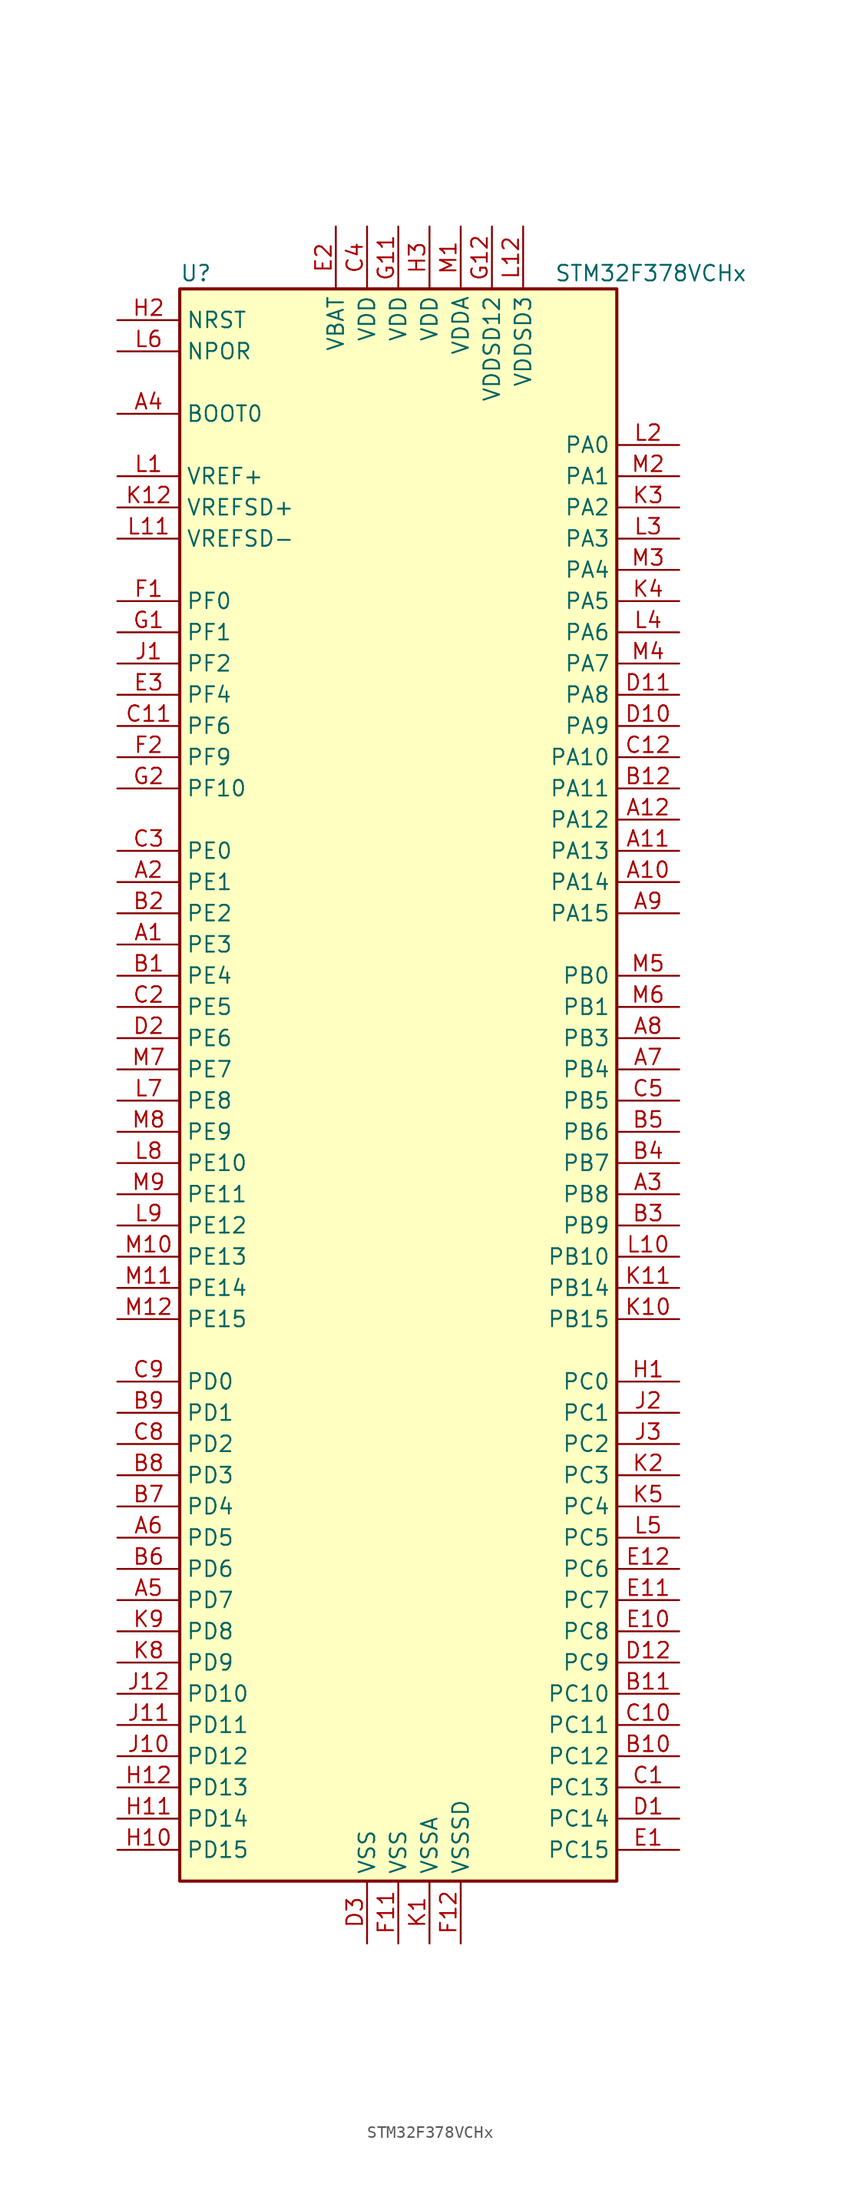
<source format=kicad_sym>
(kicad_symbol_lib
  (version 20211014)
  (generator kicad_symbol_editor)
  (symbol "STM32F378VCHx"
    (property "Reference" "U"
      (at -17.78 64.77 0)
      (effects (font (size 1.27 1.27)) (justify left)))
    (property "Value" "STM32F378VCHx"
      (at 12.7 64.77 0)
      (effects (font (size 1.27 1.27)) (justify left)))
    (symbol "STM32F378VCHx_0_1"
      (rectangle (start -17.78 -66.04) (end 17.78 63.5) (stroke (width 0.254) (type default) (color 0 0 0 0)) (fill (type background))))
    (symbol "STM32F378VCHx_1_1"
      (pin bidirectional line (at -22.86 10.16 0) (length 5.08) (name "PE3" (effects (font (size 1.27 1.27)))) (number "A1" (effects (font (size 1.27 1.27)))))
      (pin bidirectional line (at 22.86 15.24 180) (length 5.08) (name "PA14" (effects (font (size 1.27 1.27)))) (number "A10" (effects (font (size 1.27 1.27)))))
      (pin bidirectional line (at 22.86 17.78 180) (length 5.08) (name "PA13" (effects (font (size 1.27 1.27)))) (number "A11" (effects (font (size 1.27 1.27)))))
      (pin bidirectional line (at 22.86 20.32 180) (length 5.08) (name "PA12" (effects (font (size 1.27 1.27)))) (number "A12" (effects (font (size 1.27 1.27)))))
      (pin bidirectional line (at -22.86 15.24 0) (length 5.08) (name "PE1" (effects (font (size 1.27 1.27)))) (number "A2" (effects (font (size 1.27 1.27)))))
      (pin bidirectional line (at 22.86 -10.16 180) (length 5.08) (name "PB8" (effects (font (size 1.27 1.27)))) (number "A3" (effects (font (size 1.27 1.27)))))
      (pin input line (at -22.86 53.34 0) (length 5.08) (name "BOOT0" (effects (font (size 1.27 1.27)))) (number "A4" (effects (font (size 1.27 1.27)))))
      (pin bidirectional line (at -22.86 -43.18 0) (length 5.08) (name "PD7" (effects (font (size 1.27 1.27)))) (number "A5" (effects (font (size 1.27 1.27)))))
      (pin bidirectional line (at -22.86 -38.1 0) (length 5.08) (name "PD5" (effects (font (size 1.27 1.27)))) (number "A6" (effects (font (size 1.27 1.27)))))
      (pin bidirectional line (at 22.86 0 180) (length 5.08) (name "PB4" (effects (font (size 1.27 1.27)))) (number "A7" (effects (font (size 1.27 1.27)))))
      (pin bidirectional line (at 22.86 2.54 180) (length 5.08) (name "PB3" (effects (font (size 1.27 1.27)))) (number "A8" (effects (font (size 1.27 1.27)))))
      (pin bidirectional line (at 22.86 12.7 180) (length 5.08) (name "PA15" (effects (font (size 1.27 1.27)))) (number "A9" (effects (font (size 1.27 1.27)))))
      (pin bidirectional line (at -22.86 7.62 0) (length 5.08) (name "PE4" (effects (font (size 1.27 1.27)))) (number "B1" (effects (font (size 1.27 1.27)))))
      (pin bidirectional line (at 22.86 -55.88 180) (length 5.08) (name "PC12" (effects (font (size 1.27 1.27)))) (number "B10" (effects (font (size 1.27 1.27)))))
      (pin bidirectional line (at 22.86 -50.8 180) (length 5.08) (name "PC10" (effects (font (size 1.27 1.27)))) (number "B11" (effects (font (size 1.27 1.27)))))
      (pin bidirectional line (at 22.86 22.86 180) (length 5.08) (name "PA11" (effects (font (size 1.27 1.27)))) (number "B12" (effects (font (size 1.27 1.27)))))
      (pin bidirectional line (at -22.86 12.7 0) (length 5.08) (name "PE2" (effects (font (size 1.27 1.27)))) (number "B2" (effects (font (size 1.27 1.27)))))
      (pin bidirectional line (at 22.86 -12.7 180) (length 5.08) (name "PB9" (effects (font (size 1.27 1.27)))) (number "B3" (effects (font (size 1.27 1.27)))))
      (pin bidirectional line (at 22.86 -7.62 180) (length 5.08) (name "PB7" (effects (font (size 1.27 1.27)))) (number "B4" (effects (font (size 1.27 1.27)))))
      (pin bidirectional line (at 22.86 -5.08 180) (length 5.08) (name "PB6" (effects (font (size 1.27 1.27)))) (number "B5" (effects (font (size 1.27 1.27)))))
      (pin bidirectional line (at -22.86 -40.64 0) (length 5.08) (name "PD6" (effects (font (size 1.27 1.27)))) (number "B6" (effects (font (size 1.27 1.27)))))
      (pin bidirectional line (at -22.86 -35.56 0) (length 5.08) (name "PD4" (effects (font (size 1.27 1.27)))) (number "B7" (effects (font (size 1.27 1.27)))))
      (pin bidirectional line (at -22.86 -33.02 0) (length 5.08) (name "PD3" (effects (font (size 1.27 1.27)))) (number "B8" (effects (font (size 1.27 1.27)))))
      (pin bidirectional line (at -22.86 -27.94 0) (length 5.08) (name "PD1" (effects (font (size 1.27 1.27)))) (number "B9" (effects (font (size 1.27 1.27)))))
      (pin bidirectional line (at 22.86 -58.42 180) (length 5.08) (name "PC13" (effects (font (size 1.27 1.27)))) (number "C1" (effects (font (size 1.27 1.27)))))
      (pin bidirectional line (at 22.86 -53.34 180) (length 5.08) (name "PC11" (effects (font (size 1.27 1.27)))) (number "C10" (effects (font (size 1.27 1.27)))))
      (pin bidirectional line (at -22.86 27.94 0) (length 5.08) (name "PF6" (effects (font (size 1.27 1.27)))) (number "C11" (effects (font (size 1.27 1.27)))))
      (pin bidirectional line (at 22.86 25.4 180) (length 5.08) (name "PA10" (effects (font (size 1.27 1.27)))) (number "C12" (effects (font (size 1.27 1.27)))))
      (pin bidirectional line (at -22.86 5.08 0) (length 5.08) (name "PE5" (effects (font (size 1.27 1.27)))) (number "C2" (effects (font (size 1.27 1.27)))))
      (pin bidirectional line (at -22.86 17.78 0) (length 5.08) (name "PE0" (effects (font (size 1.27 1.27)))) (number "C3" (effects (font (size 1.27 1.27)))))
      (pin power_in line (at -2.54 68.58 270) (length 5.08) (name "VDD" (effects (font (size 1.27 1.27)))) (number "C4" (effects (font (size 1.27 1.27)))))
      (pin bidirectional line (at 22.86 -2.54 180) (length 5.08) (name "PB5" (effects (font (size 1.27 1.27)))) (number "C5" (effects (font (size 1.27 1.27)))))
      (pin bidirectional line (at -22.86 -30.48 0) (length 5.08) (name "PD2" (effects (font (size 1.27 1.27)))) (number "C8" (effects (font (size 1.27 1.27)))))
      (pin bidirectional line (at -22.86 -25.4 0) (length 5.08) (name "PD0" (effects (font (size 1.27 1.27)))) (number "C9" (effects (font (size 1.27 1.27)))))
      (pin bidirectional line (at 22.86 -60.96 180) (length 5.08) (name "PC14" (effects (font (size 1.27 1.27)))) (number "D1" (effects (font (size 1.27 1.27)))))
      (pin bidirectional line (at 22.86 27.94 180) (length 5.08) (name "PA9" (effects (font (size 1.27 1.27)))) (number "D10" (effects (font (size 1.27 1.27)))))
      (pin bidirectional line (at 22.86 30.48 180) (length 5.08) (name "PA8" (effects (font (size 1.27 1.27)))) (number "D11" (effects (font (size 1.27 1.27)))))
      (pin bidirectional line (at 22.86 -48.26 180) (length 5.08) (name "PC9" (effects (font (size 1.27 1.27)))) (number "D12" (effects (font (size 1.27 1.27)))))
      (pin bidirectional line (at -22.86 2.54 0) (length 5.08) (name "PE6" (effects (font (size 1.27 1.27)))) (number "D2" (effects (font (size 1.27 1.27)))))
      (pin power_in line (at -2.54 -71.12 90) (length 5.08) (name "VSS" (effects (font (size 1.27 1.27)))) (number "D3" (effects (font (size 1.27 1.27)))))
      (pin bidirectional line (at 22.86 -63.5 180) (length 5.08) (name "PC15" (effects (font (size 1.27 1.27)))) (number "E1" (effects (font (size 1.27 1.27)))))
      (pin bidirectional line (at 22.86 -45.72 180) (length 5.08) (name "PC8" (effects (font (size 1.27 1.27)))) (number "E10" (effects (font (size 1.27 1.27)))))
      (pin bidirectional line (at 22.86 -43.18 180) (length 5.08) (name "PC7" (effects (font (size 1.27 1.27)))) (number "E11" (effects (font (size 1.27 1.27)))))
      (pin bidirectional line (at 22.86 -40.64 180) (length 5.08) (name "PC6" (effects (font (size 1.27 1.27)))) (number "E12" (effects (font (size 1.27 1.27)))))
      (pin power_in line (at -5.08 68.58 270) (length 5.08) (name "VBAT" (effects (font (size 1.27 1.27)))) (number "E2" (effects (font (size 1.27 1.27)))))
      (pin bidirectional line (at -22.86 30.48 0) (length 5.08) (name "PF4" (effects (font (size 1.27 1.27)))) (number "E3" (effects (font (size 1.27 1.27)))))
      (pin input line (at -22.86 38.1 0) (length 5.08) (name "PF0" (effects (font (size 1.27 1.27)))) (number "F1" (effects (font (size 1.27 1.27)))))
      (pin power_in line (at 0 -71.12 90) (length 5.08) (name "VSS" (effects (font (size 1.27 1.27)))) (number "F11" (effects (font (size 1.27 1.27)))))
      (pin power_in line (at 5.08 -71.12 90) (length 5.08) (name "VSSSD" (effects (font (size 1.27 1.27)))) (number "F12" (effects (font (size 1.27 1.27)))))
      (pin bidirectional line (at -22.86 25.4 0) (length 5.08) (name "PF9" (effects (font (size 1.27 1.27)))) (number "F2" (effects (font (size 1.27 1.27)))))
      (pin input line (at -22.86 35.56 0) (length 5.08) (name "PF1" (effects (font (size 1.27 1.27)))) (number "G1" (effects (font (size 1.27 1.27)))))
      (pin power_in line (at 0 68.58 270) (length 5.08) (name "VDD" (effects (font (size 1.27 1.27)))) (number "G11" (effects (font (size 1.27 1.27)))))
      (pin power_in line (at 7.62 68.58 270) (length 5.08) (name "VDDSD12" (effects (font (size 1.27 1.27)))) (number "G12" (effects (font (size 1.27 1.27)))))
      (pin bidirectional line (at -22.86 22.86 0) (length 5.08) (name "PF10" (effects (font (size 1.27 1.27)))) (number "G2" (effects (font (size 1.27 1.27)))))
      (pin bidirectional line (at 22.86 -25.4 180) (length 5.08) (name "PC0" (effects (font (size 1.27 1.27)))) (number "H1" (effects (font (size 1.27 1.27)))))
      (pin bidirectional line (at -22.86 -63.5 0) (length 5.08) (name "PD15" (effects (font (size 1.27 1.27)))) (number "H10" (effects (font (size 1.27 1.27)))))
      (pin bidirectional line (at -22.86 -60.96 0) (length 5.08) (name "PD14" (effects (font (size 1.27 1.27)))) (number "H11" (effects (font (size 1.27 1.27)))))
      (pin bidirectional line (at -22.86 -58.42 0) (length 5.08) (name "PD13" (effects (font (size 1.27 1.27)))) (number "H12" (effects (font (size 1.27 1.27)))))
      (pin input line (at -22.86 60.96 0) (length 5.08) (name "NRST" (effects (font (size 1.27 1.27)))) (number "H2" (effects (font (size 1.27 1.27)))))
      (pin power_in line (at 2.54 68.58 270) (length 5.08) (name "VDD" (effects (font (size 1.27 1.27)))) (number "H3" (effects (font (size 1.27 1.27)))))
      (pin bidirectional line (at -22.86 33.02 0) (length 5.08) (name "PF2" (effects (font (size 1.27 1.27)))) (number "J1" (effects (font (size 1.27 1.27)))))
      (pin bidirectional line (at -22.86 -55.88 0) (length 5.08) (name "PD12" (effects (font (size 1.27 1.27)))) (number "J10" (effects (font (size 1.27 1.27)))))
      (pin bidirectional line (at -22.86 -53.34 0) (length 5.08) (name "PD11" (effects (font (size 1.27 1.27)))) (number "J11" (effects (font (size 1.27 1.27)))))
      (pin bidirectional line (at -22.86 -50.8 0) (length 5.08) (name "PD10" (effects (font (size 1.27 1.27)))) (number "J12" (effects (font (size 1.27 1.27)))))
      (pin bidirectional line (at 22.86 -27.94 180) (length 5.08) (name "PC1" (effects (font (size 1.27 1.27)))) (number "J2" (effects (font (size 1.27 1.27)))))
      (pin bidirectional line (at 22.86 -30.48 180) (length 5.08) (name "PC2" (effects (font (size 1.27 1.27)))) (number "J3" (effects (font (size 1.27 1.27)))))
      (pin power_in line (at 2.54 -71.12 90) (length 5.08) (name "VSSA" (effects (font (size 1.27 1.27)))) (number "K1" (effects (font (size 1.27 1.27)))))
      (pin bidirectional line (at 22.86 -20.32 180) (length 5.08) (name "PB15" (effects (font (size 1.27 1.27)))) (number "K10" (effects (font (size 1.27 1.27)))))
      (pin bidirectional line (at 22.86 -17.78 180) (length 5.08) (name "PB14" (effects (font (size 1.27 1.27)))) (number "K11" (effects (font (size 1.27 1.27)))))
      (pin power_in line (at -22.86 45.72 0) (length 5.08) (name "VREFSD+" (effects (font (size 1.27 1.27)))) (number "K12" (effects (font (size 1.27 1.27)))))
      (pin bidirectional line (at 22.86 -33.02 180) (length 5.08) (name "PC3" (effects (font (size 1.27 1.27)))) (number "K2" (effects (font (size 1.27 1.27)))))
      (pin bidirectional line (at 22.86 45.72 180) (length 5.08) (name "PA2" (effects (font (size 1.27 1.27)))) (number "K3" (effects (font (size 1.27 1.27)))))
      (pin bidirectional line (at 22.86 38.1 180) (length 5.08) (name "PA5" (effects (font (size 1.27 1.27)))) (number "K4" (effects (font (size 1.27 1.27)))))
      (pin bidirectional line (at 22.86 -35.56 180) (length 5.08) (name "PC4" (effects (font (size 1.27 1.27)))) (number "K5" (effects (font (size 1.27 1.27)))))
      (pin bidirectional line (at -22.86 -48.26 0) (length 5.08) (name "PD9" (effects (font (size 1.27 1.27)))) (number "K8" (effects (font (size 1.27 1.27)))))
      (pin bidirectional line (at -22.86 -45.72 0) (length 5.08) (name "PD8" (effects (font (size 1.27 1.27)))) (number "K9" (effects (font (size 1.27 1.27)))))
      (pin power_in line (at -22.86 48.26 0) (length 5.08) (name "VREF+" (effects (font (size 1.27 1.27)))) (number "L1" (effects (font (size 1.27 1.27)))))
      (pin bidirectional line (at 22.86 -15.24 180) (length 5.08) (name "PB10" (effects (font (size 1.27 1.27)))) (number "L10" (effects (font (size 1.27 1.27)))))
      (pin power_in line (at -22.86 43.18 0) (length 5.08) (name "VREFSD-" (effects (font (size 1.27 1.27)))) (number "L11" (effects (font (size 1.27 1.27)))))
      (pin power_in line (at 10.16 68.58 270) (length 5.08) (name "VDDSD3" (effects (font (size 1.27 1.27)))) (number "L12" (effects (font (size 1.27 1.27)))))
      (pin bidirectional line (at 22.86 50.8 180) (length 5.08) (name "PA0" (effects (font (size 1.27 1.27)))) (number "L2" (effects (font (size 1.27 1.27)))))
      (pin bidirectional line (at 22.86 43.18 180) (length 5.08) (name "PA3" (effects (font (size 1.27 1.27)))) (number "L3" (effects (font (size 1.27 1.27)))))
      (pin bidirectional line (at 22.86 35.56 180) (length 5.08) (name "PA6" (effects (font (size 1.27 1.27)))) (number "L4" (effects (font (size 1.27 1.27)))))
      (pin bidirectional line (at 22.86 -38.1 180) (length 5.08) (name "PC5" (effects (font (size 1.27 1.27)))) (number "L5" (effects (font (size 1.27 1.27)))))
      (pin input line (at -22.86 58.42 0) (length 5.08) (name "NPOR" (effects (font (size 1.27 1.27)))) (number "L6" (effects (font (size 1.27 1.27)))))
      (pin bidirectional line (at -22.86 -2.54 0) (length 5.08) (name "PE8" (effects (font (size 1.27 1.27)))) (number "L7" (effects (font (size 1.27 1.27)))))
      (pin bidirectional line (at -22.86 -7.62 0) (length 5.08) (name "PE10" (effects (font (size 1.27 1.27)))) (number "L8" (effects (font (size 1.27 1.27)))))
      (pin bidirectional line (at -22.86 -12.7 0) (length 5.08) (name "PE12" (effects (font (size 1.27 1.27)))) (number "L9" (effects (font (size 1.27 1.27)))))
      (pin power_in line (at 5.08 68.58 270) (length 5.08) (name "VDDA" (effects (font (size 1.27 1.27)))) (number "M1" (effects (font (size 1.27 1.27)))))
      (pin bidirectional line (at -22.86 -15.24 0) (length 5.08) (name "PE13" (effects (font (size 1.27 1.27)))) (number "M10" (effects (font (size 1.27 1.27)))))
      (pin bidirectional line (at -22.86 -17.78 0) (length 5.08) (name "PE14" (effects (font (size 1.27 1.27)))) (number "M11" (effects (font (size 1.27 1.27)))))
      (pin bidirectional line (at -22.86 -20.32 0) (length 5.08) (name "PE15" (effects (font (size 1.27 1.27)))) (number "M12" (effects (font (size 1.27 1.27)))))
      (pin bidirectional line (at 22.86 48.26 180) (length 5.08) (name "PA1" (effects (font (size 1.27 1.27)))) (number "M2" (effects (font (size 1.27 1.27)))))
      (pin bidirectional line (at 22.86 40.64 180) (length 5.08) (name "PA4" (effects (font (size 1.27 1.27)))) (number "M3" (effects (font (size 1.27 1.27)))))
      (pin bidirectional line (at 22.86 33.02 180) (length 5.08) (name "PA7" (effects (font (size 1.27 1.27)))) (number "M4" (effects (font (size 1.27 1.27)))))
      (pin bidirectional line (at 22.86 7.62 180) (length 5.08) (name "PB0" (effects (font (size 1.27 1.27)))) (number "M5" (effects (font (size 1.27 1.27)))))
      (pin bidirectional line (at 22.86 5.08 180) (length 5.08) (name "PB1" (effects (font (size 1.27 1.27)))) (number "M6" (effects (font (size 1.27 1.27)))))
      (pin bidirectional line (at -22.86 0 0) (length 5.08) (name "PE7" (effects (font (size 1.27 1.27)))) (number "M7" (effects (font (size 1.27 1.27)))))
      (pin bidirectional line (at -22.86 -5.08 0) (length 5.08) (name "PE9" (effects (font (size 1.27 1.27)))) (number "M8" (effects (font (size 1.27 1.27)))))
      (pin bidirectional line (at -22.86 -10.16 0) (length 5.08) (name "PE11" (effects (font (size 1.27 1.27)))) (number "M9" (effects (font (size 1.27 1.27))))))))
</source>
